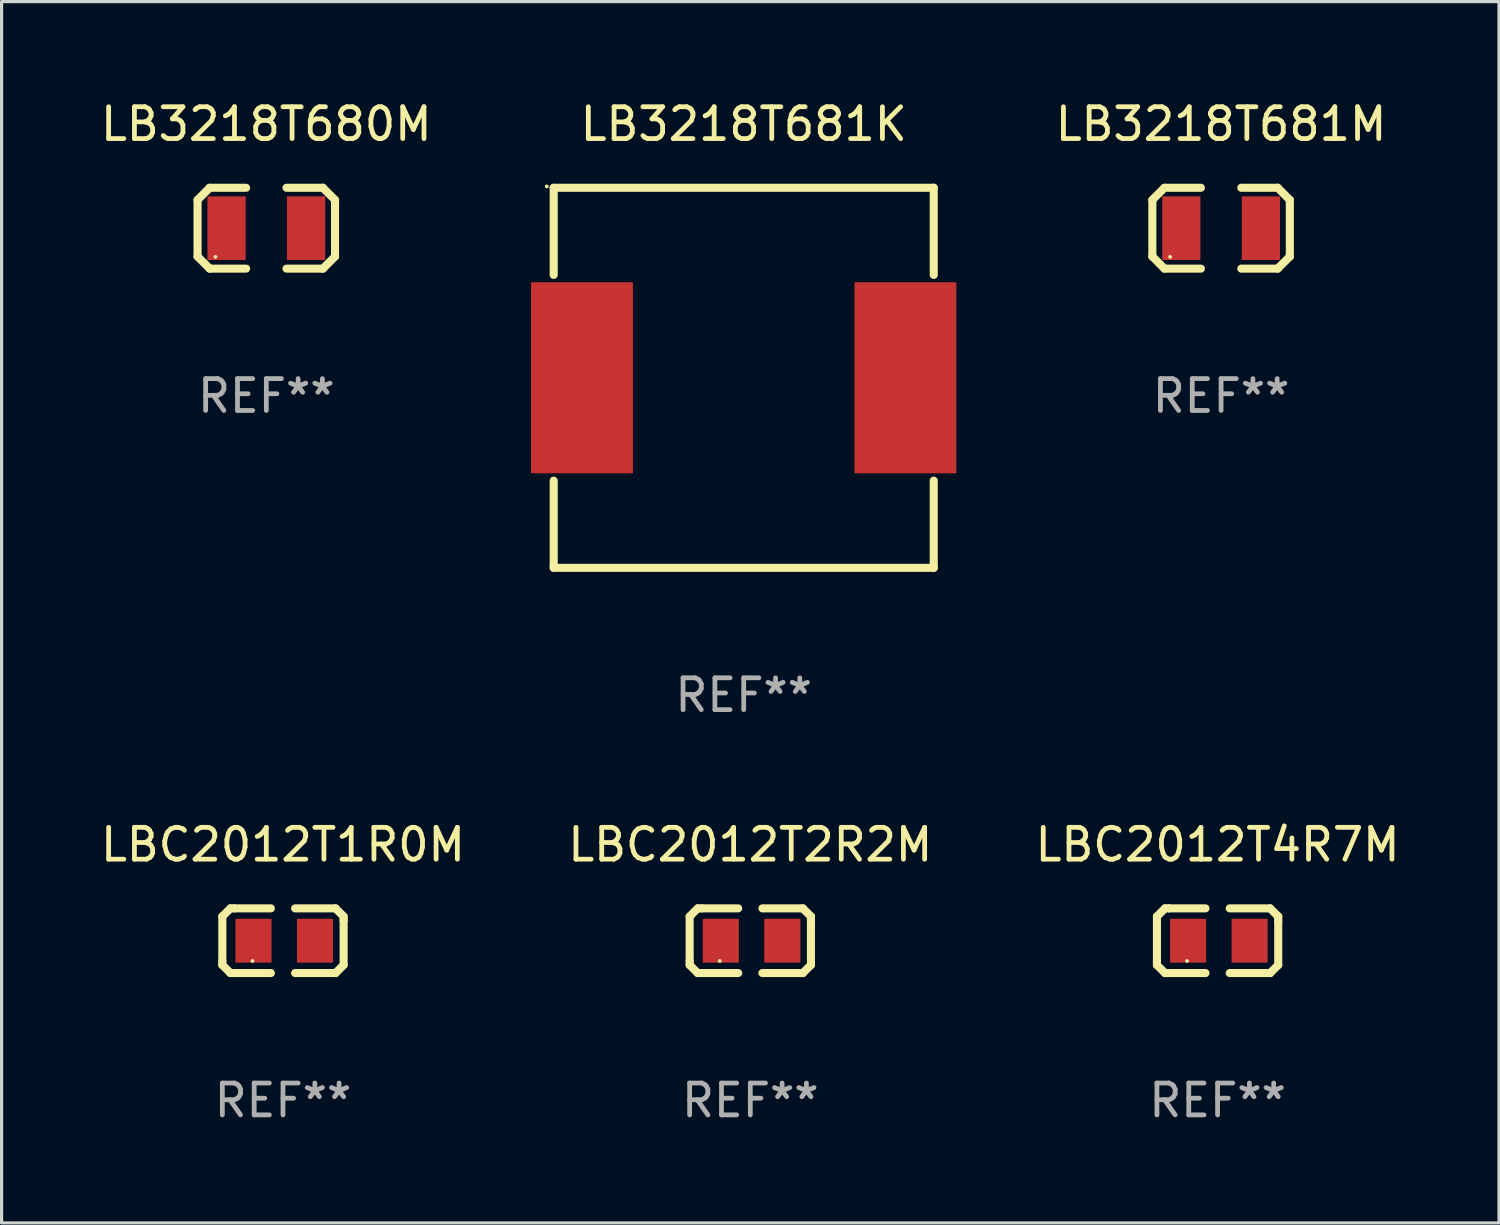
<source format=kicad_pcb>
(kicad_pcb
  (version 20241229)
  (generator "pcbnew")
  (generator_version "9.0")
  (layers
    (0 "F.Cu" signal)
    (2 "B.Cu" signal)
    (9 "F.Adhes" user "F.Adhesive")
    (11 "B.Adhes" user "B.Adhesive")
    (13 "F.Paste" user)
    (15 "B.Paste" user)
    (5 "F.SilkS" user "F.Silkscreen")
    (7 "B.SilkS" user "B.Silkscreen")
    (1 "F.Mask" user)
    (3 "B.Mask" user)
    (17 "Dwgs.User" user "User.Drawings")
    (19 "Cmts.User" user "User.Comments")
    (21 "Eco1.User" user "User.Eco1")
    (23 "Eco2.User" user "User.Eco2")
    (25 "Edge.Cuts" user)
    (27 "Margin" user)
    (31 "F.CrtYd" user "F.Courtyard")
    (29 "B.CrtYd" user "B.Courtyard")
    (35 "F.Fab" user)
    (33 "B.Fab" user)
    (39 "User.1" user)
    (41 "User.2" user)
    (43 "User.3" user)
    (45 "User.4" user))
  (footprint "LBC2012T1R0M"
    (layer "F.Cu")
    (at 5.839 26.499)
    (property "Reference" "LBC2012T1R0M" (at 0 -3.016 0) (layer "F.SilkS") (effects (font (size 1 1) (thickness 0.15))))
    (attr through_hole)
    (fp_line (start -1.905 -0.762) (end -1.905 0.635) (stroke (width 0.254) (type solid)) (layer "F.SilkS"))
    (fp_line (start -1.905 0.635) (end -1.905 0.762) (stroke (width 0.254) (type solid)) (layer "F.SilkS"))
    (fp_line (start -1.905 0.762) (end -1.651 1.016) (stroke (width 0.254) (type solid)) (layer "F.SilkS"))
    (fp_line (start -1.651 -1.016) (end -1.905 -0.762) (stroke (width 0.254) (type solid)) (layer "F.SilkS"))
    (fp_line (start -1.651 1.016) (end -0.381 1.016) (stroke (width 0.254) (type solid)) (layer "F.SilkS"))
    (fp_line (start -1.524 -1.016) (end -1.651 -1.016) (stroke (width 0.254) (type solid)) (layer "F.SilkS"))
    (fp_line (start -0.381 -1.016) (end -1.524 -1.016) (stroke (width 0.254) (type solid)) (layer "F.SilkS"))
    (fp_line (start 0.381 1.016) (end 1.524 1.016) (stroke (width 0.254) (type solid)) (layer "F.SilkS"))
    (fp_line (start 1.524 1.016) (end 1.651 1.016) (stroke (width 0.254) (type solid)) (layer "F.SilkS"))
    (fp_line (start 1.651 -1.016) (end 0.381 -1.016) (stroke (width 0.254) (type solid)) (layer "F.SilkS"))
    (fp_line (start 1.651 1.016) (end 1.905 0.762) (stroke (width 0.254) (type solid)) (layer "F.SilkS"))
    (fp_line (start 1.905 -0.762) (end 1.651 -1.016) (stroke (width 0.254) (type solid)) (layer "F.SilkS"))
    (fp_line (start 1.905 -0.635) (end 1.905 -0.762) (stroke (width 0.254) (type solid)) (layer "F.SilkS"))
    (fp_line (start 1.905 0.762) (end 1.905 -0.635) (stroke (width 0.254) (type solid)) (layer "F.SilkS"))
    (fp_circle (center -0.96 0.637) (end -0.93 0.637) (stroke (width 0.06) (type solid)) (fill no) (layer "F.SilkS"))
    (fp_text user "REF**" (at 0 5.016 0) (layer "F.Fab") (effects (font (size 1 1) (thickness 0.15))))
    (pad "1" smd rect (at -0.926 -0.000051) (size 1.133 1.377) (layers "F.Cu" "F.Mask" "F.Paste"))
    (pad "2" smd rect (at 1.006 -0.000051) (size 1.133 1.377) (layers "F.Cu" "F.Mask" "F.Paste")))
  (footprint "LBC2012T4R7M"
    (layer "F.Cu")
    (at 35.196 26.499)
    (property "Reference" "LBC2012T4R7M" (at 0 -3.016 0) (layer "F.SilkS") (effects (font (size 1 1) (thickness 0.15))))
    (attr through_hole)
    (fp_line (start -1.905 -0.762) (end -1.905 0.635) (stroke (width 0.254) (type solid)) (layer "F.SilkS"))
    (fp_line (start -1.905 0.635) (end -1.905 0.762) (stroke (width 0.254) (type solid)) (layer "F.SilkS"))
    (fp_line (start -1.905 0.762) (end -1.651 1.016) (stroke (width 0.254) (type solid)) (layer "F.SilkS"))
    (fp_line (start -1.651 -1.016) (end -1.905 -0.762) (stroke (width 0.254) (type solid)) (layer "F.SilkS"))
    (fp_line (start -1.651 1.016) (end -0.381 1.016) (stroke (width 0.254) (type solid)) (layer "F.SilkS"))
    (fp_line (start -1.524 -1.016) (end -1.651 -1.016) (stroke (width 0.254) (type solid)) (layer "F.SilkS"))
    (fp_line (start -0.381 -1.016) (end -1.524 -1.016) (stroke (width 0.254) (type solid)) (layer "F.SilkS"))
    (fp_line (start 0.381 1.016) (end 1.524 1.016) (stroke (width 0.254) (type solid)) (layer "F.SilkS"))
    (fp_line (start 1.524 1.016) (end 1.651 1.016) (stroke (width 0.254) (type solid)) (layer "F.SilkS"))
    (fp_line (start 1.651 -1.016) (end 0.381 -1.016) (stroke (width 0.254) (type solid)) (layer "F.SilkS"))
    (fp_line (start 1.651 1.016) (end 1.905 0.762) (stroke (width 0.254) (type solid)) (layer "F.SilkS"))
    (fp_line (start 1.905 -0.762) (end 1.651 -1.016) (stroke (width 0.254) (type solid)) (layer "F.SilkS"))
    (fp_line (start 1.905 -0.635) (end 1.905 -0.762) (stroke (width 0.254) (type solid)) (layer "F.SilkS"))
    (fp_line (start 1.905 0.762) (end 1.905 -0.635) (stroke (width 0.254) (type solid)) (layer "F.SilkS"))
    (fp_circle (center -0.96 0.637) (end -0.93 0.637) (stroke (width 0.06) (type solid)) (fill no) (layer "F.SilkS"))
    (fp_text user "REF**" (at 0 5.016 0) (layer "F.Fab") (effects (font (size 1 1) (thickness 0.15))))
    (pad "1" smd rect (at -0.926 -0.000051) (size 1.133 1.377) (layers "F.Cu" "F.Mask" "F.Paste"))
    (pad "2" smd rect (at 1.006 -0.000051) (size 1.133 1.377) (layers "F.Cu" "F.Mask" "F.Paste")))
  (footprint "LBC2012T2R2M"
    (layer "F.Cu")
    (at 20.518 26.499)
    (property "Reference" "LBC2012T2R2M" (at 0 -3.016 0) (layer "F.SilkS") (effects (font (size 1 1) (thickness 0.15))))
    (attr through_hole)
    (fp_line (start -1.905 -0.762) (end -1.905 0.635) (stroke (width 0.254) (type solid)) (layer "F.SilkS"))
    (fp_line (start -1.905 0.635) (end -1.905 0.762) (stroke (width 0.254) (type solid)) (layer "F.SilkS"))
    (fp_line (start -1.905 0.762) (end -1.651 1.016) (stroke (width 0.254) (type solid)) (layer "F.SilkS"))
    (fp_line (start -1.651 -1.016) (end -1.905 -0.762) (stroke (width 0.254) (type solid)) (layer "F.SilkS"))
    (fp_line (start -1.651 1.016) (end -0.381 1.016) (stroke (width 0.254) (type solid)) (layer "F.SilkS"))
    (fp_line (start -1.524 -1.016) (end -1.651 -1.016) (stroke (width 0.254) (type solid)) (layer "F.SilkS"))
    (fp_line (start -0.381 -1.016) (end -1.524 -1.016) (stroke (width 0.254) (type solid)) (layer "F.SilkS"))
    (fp_line (start 0.381 1.016) (end 1.524 1.016) (stroke (width 0.254) (type solid)) (layer "F.SilkS"))
    (fp_line (start 1.524 1.016) (end 1.651 1.016) (stroke (width 0.254) (type solid)) (layer "F.SilkS"))
    (fp_line (start 1.651 -1.016) (end 0.381 -1.016) (stroke (width 0.254) (type solid)) (layer "F.SilkS"))
    (fp_line (start 1.651 1.016) (end 1.905 0.762) (stroke (width 0.254) (type solid)) (layer "F.SilkS"))
    (fp_line (start 1.905 -0.762) (end 1.651 -1.016) (stroke (width 0.254) (type solid)) (layer "F.SilkS"))
    (fp_line (start 1.905 -0.635) (end 1.905 -0.762) (stroke (width 0.254) (type solid)) (layer "F.SilkS"))
    (fp_line (start 1.905 0.762) (end 1.905 -0.635) (stroke (width 0.254) (type solid)) (layer "F.SilkS"))
    (fp_circle (center -0.96 0.637) (end -0.93 0.637) (stroke (width 0.06) (type solid)) (fill no) (layer "F.SilkS"))
    (fp_text user "REF**" (at 0 5.016 0) (layer "F.Fab") (effects (font (size 1 1) (thickness 0.15))))
    (pad "1" smd rect (at -0.926 -0.000051) (size 1.133 1.377) (layers "F.Cu" "F.Mask" "F.Paste"))
    (pad "2" smd rect (at 1.006 -0.000051) (size 1.133 1.377) (layers "F.Cu" "F.Mask" "F.Paste")))
  (footprint "LB3218T681K"
    (layer "F.Cu")
    (at 20.311 8.817)
    (property "Reference" "LB3218T681K" (at 0 -7.969 0) (layer "F.SilkS") (effects (font (size 1 1) (thickness 0.15))))
    (attr through_hole)
    (fp_line (start -5.969 -5.969) (end -5.969 -3.231) (stroke (width 0.254) (type solid)) (layer "F.SilkS"))
    (fp_line (start -5.969 3.231) (end -5.969 5.969) (stroke (width 0.254) (type solid)) (layer "F.SilkS"))
    (fp_line (start -5.969 5.969) (end 5.969 5.969) (stroke (width 0.254) (type solid)) (layer "F.SilkS"))
    (fp_line (start 5.969 -5.969) (end -5.969 -5.969) (stroke (width 0.254) (type solid)) (layer "F.SilkS"))
    (fp_line (start 5.969 -3.231) (end 5.969 -5.969) (stroke (width 0.254) (type solid)) (layer "F.SilkS"))
    (fp_line (start 5.969 5.969) (end 5.969 3.231) (stroke (width 0.254) (type solid)) (layer "F.SilkS"))
    (fp_circle (center -6.186 -6.012) (end -6.156 -6.012) (stroke (width 0.06) (type solid)) (fill no) (layer "F.SilkS"))
    (fp_text user "REF**" (at 0 9.969 0) (layer "F.Fab") (effects (font (size 1 1) (thickness 0.15))))
    (pad "1" smd rect (at -5.08 0 270) (size 6 3.2) (layers "F.Cu" "F.Mask" "F.Paste"))
    (pad "2" smd rect (at 5.08 0 270) (size 6 3.2) (layers "F.Cu" "F.Mask" "F.Paste")))
  (footprint "LB3218T680M"
    (layer "F.Cu")
    (at 5.315 4.118)
    (property "Reference" "LB3218T680M" (at 0 -3.27 0) (layer "F.SilkS") (effects (font (size 1 1) (thickness 0.15))))
    (attr through_hole)
    (fp_line (start -2.159 -0.889) (end -2.159 0.889) (stroke (width 0.254) (type solid)) (layer "F.SilkS"))
    (fp_line (start -2.159 0.889) (end -1.778 1.27) (stroke (width 0.254) (type solid)) (layer "F.SilkS"))
    (fp_line (start -1.778 -1.27) (end -2.159 -0.889) (stroke (width 0.254) (type solid)) (layer "F.SilkS"))
    (fp_line (start -1.778 1.27) (end -0.635 1.27) (stroke (width 0.254) (type solid)) (layer "F.SilkS"))
    (fp_line (start -0.635 -1.27) (end -1.778 -1.27) (stroke (width 0.254) (type solid)) (layer "F.SilkS"))
    (fp_line (start 0.635 1.27) (end 1.778 1.27) (stroke (width 0.254) (type solid)) (layer "F.SilkS"))
    (fp_line (start 1.778 -1.27) (end 0.635 -1.27) (stroke (width 0.254) (type solid)) (layer "F.SilkS"))
    (fp_line (start 1.778 1.27) (end 2.159 0.889) (stroke (width 0.254) (type solid)) (layer "F.SilkS"))
    (fp_line (start 2.159 -0.889) (end 1.778 -1.27) (stroke (width 0.254) (type solid)) (layer "F.SilkS"))
    (fp_line (start 2.159 0.889) (end 2.159 -0.889) (stroke (width 0.254) (type solid)) (layer "F.SilkS"))
    (fp_circle (center -1.6 0.9) (end -1.57 0.9) (stroke (width 0.06) (type solid)) (fill no) (layer "F.SilkS"))
    (fp_text user "REF**" (at 0 5.27 0) (layer "F.Fab") (effects (font (size 1 1) (thickness 0.15))))
    (pad "1" smd rect (at -1.25 0) (size 1.2 2) (layers "F.Cu" "F.Mask" "F.Paste"))
    (pad "2" smd rect (at 1.25 0) (size 1.2 2) (layers "F.Cu" "F.Mask" "F.Paste")))
  (footprint "LB3218T681M"
    (layer "F.Cu")
    (at 35.306 4.118)
    (property "Reference" "LB3218T681M" (at 0 -3.27 0) (layer "F.SilkS") (effects (font (size 1 1) (thickness 0.15))))
    (attr through_hole)
    (fp_line (start -2.159 -0.889) (end -2.159 0.889) (stroke (width 0.254) (type solid)) (layer "F.SilkS"))
    (fp_line (start -2.159 0.889) (end -1.778 1.27) (stroke (width 0.254) (type solid)) (layer "F.SilkS"))
    (fp_line (start -1.778 -1.27) (end -2.159 -0.889) (stroke (width 0.254) (type solid)) (layer "F.SilkS"))
    (fp_line (start -1.778 1.27) (end -0.635 1.27) (stroke (width 0.254) (type solid)) (layer "F.SilkS"))
    (fp_line (start -0.635 -1.27) (end -1.778 -1.27) (stroke (width 0.254) (type solid)) (layer "F.SilkS"))
    (fp_line (start 0.635 1.27) (end 1.778 1.27) (stroke (width 0.254) (type solid)) (layer "F.SilkS"))
    (fp_line (start 1.778 -1.27) (end 0.635 -1.27) (stroke (width 0.254) (type solid)) (layer "F.SilkS"))
    (fp_line (start 1.778 1.27) (end 2.159 0.889) (stroke (width 0.254) (type solid)) (layer "F.SilkS"))
    (fp_line (start 2.159 -0.889) (end 1.778 -1.27) (stroke (width 0.254) (type solid)) (layer "F.SilkS"))
    (fp_line (start 2.159 0.889) (end 2.159 -0.889) (stroke (width 0.254) (type solid)) (layer "F.SilkS"))
    (fp_circle (center -1.6 0.9) (end -1.57 0.9) (stroke (width 0.06) (type solid)) (fill no) (layer "F.SilkS"))
    (fp_text user "REF**" (at 0 5.27 0) (layer "F.Fab") (effects (font (size 1 1) (thickness 0.15))))
    (pad "1" smd rect (at -1.25 0) (size 1.2 2) (layers "F.Cu" "F.Mask" "F.Paste"))
    (pad "2" smd rect (at 1.25 0) (size 1.2 2) (layers "F.Cu" "F.Mask" "F.Paste")))
  (gr_rect
    (start -3 -3)
    (end 44.036 35.363)
    (stroke (width 0.1) (type default))
    (fill no)
    (layer "Edge.Cuts")))
</source>
